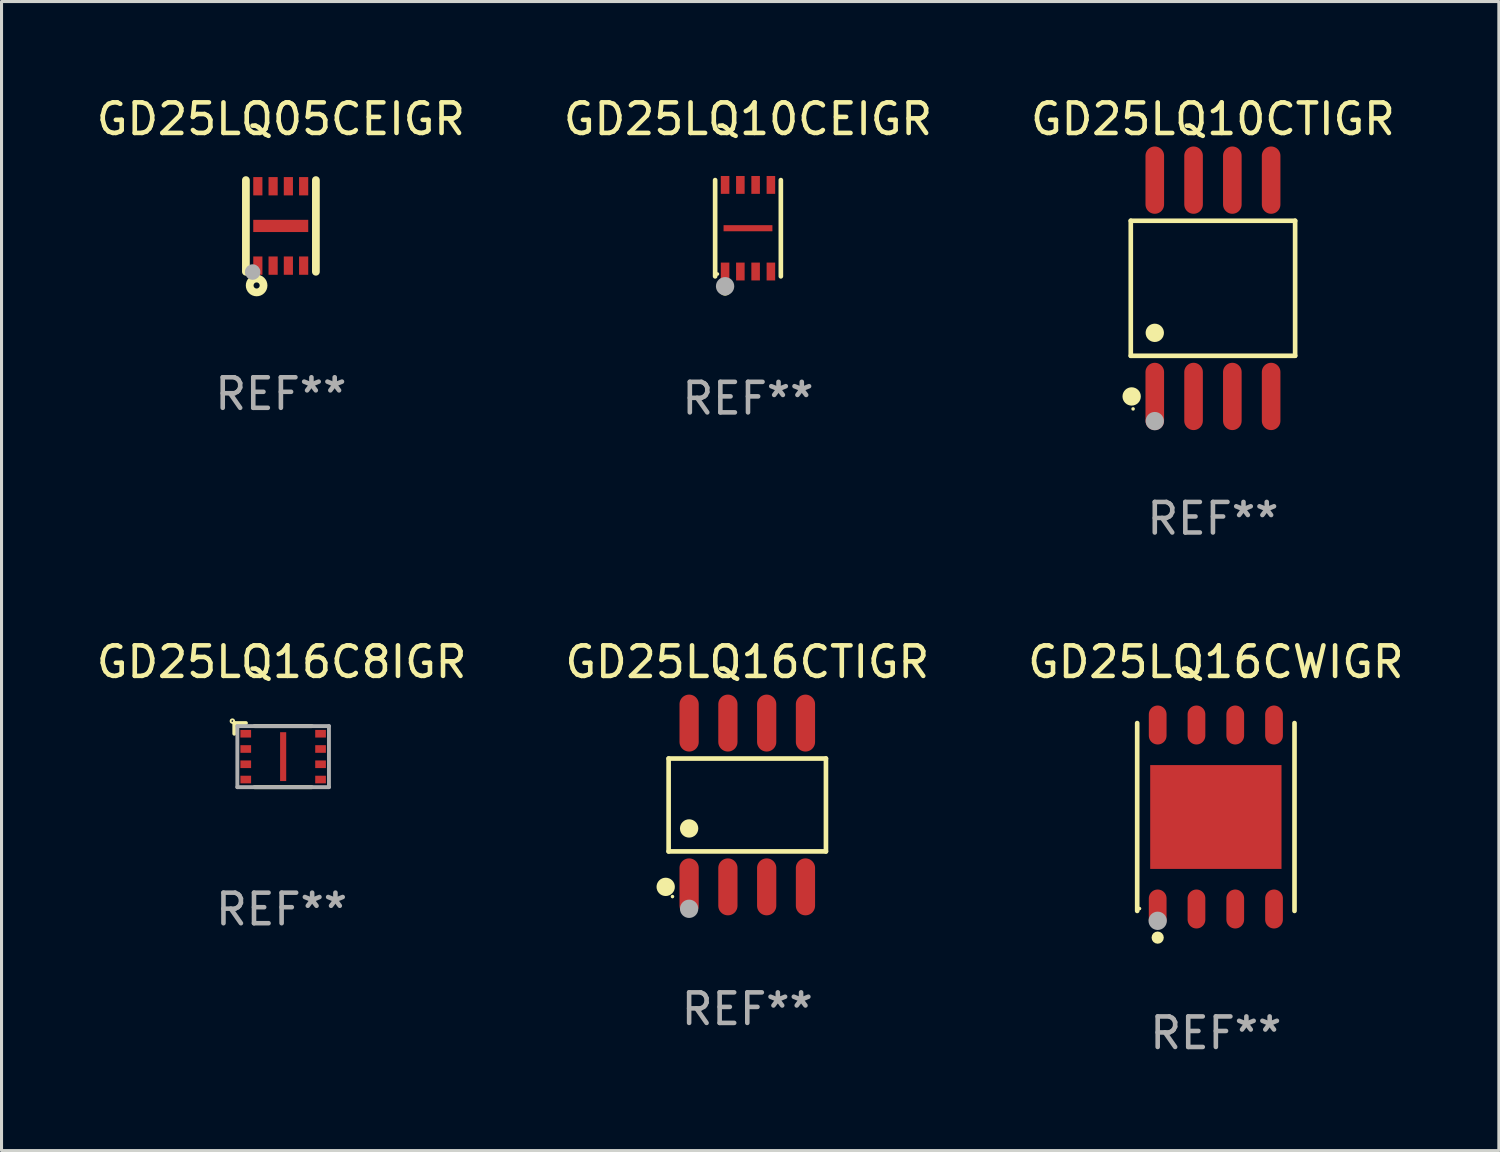
<source format=kicad_pcb>
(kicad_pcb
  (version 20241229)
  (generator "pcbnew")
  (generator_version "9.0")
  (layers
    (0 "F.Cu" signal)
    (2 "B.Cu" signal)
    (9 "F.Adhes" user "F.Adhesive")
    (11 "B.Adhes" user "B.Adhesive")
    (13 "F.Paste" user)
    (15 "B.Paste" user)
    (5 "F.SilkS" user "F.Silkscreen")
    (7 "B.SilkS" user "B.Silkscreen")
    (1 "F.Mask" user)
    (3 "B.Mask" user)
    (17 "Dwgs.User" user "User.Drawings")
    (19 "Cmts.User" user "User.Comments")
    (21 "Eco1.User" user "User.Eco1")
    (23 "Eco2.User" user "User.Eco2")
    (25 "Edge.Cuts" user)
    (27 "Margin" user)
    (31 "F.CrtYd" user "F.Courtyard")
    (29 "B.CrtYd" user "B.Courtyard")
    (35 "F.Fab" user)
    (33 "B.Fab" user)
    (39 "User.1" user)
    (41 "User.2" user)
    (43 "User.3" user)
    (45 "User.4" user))
  (footprint "GD25LQ16C8IGR"
    (layer "F.Cu")
    (at 6.173 21.679)
    (property "Reference" "GD25LQ16C8IGR" (at 0 -3.05 0) (layer "F.SilkS") (effects (font (size 1 1) (thickness 0.15))))
    (attr through_hole)
    (fp_line (start -1.55 -1.05) (end -1.169 -1.05) (stroke (width 0.127) (type solid)) (layer "F.SilkS"))
    (fp_line (start -1.55 -0.7) (end -1.55 -1.05) (stroke (width 0.127) (type solid)) (layer "F.SilkS"))
    (fp_line (start -0.89 1.05) (end 0.99 1.05) (stroke (width 0.127) (type solid)) (layer "F.SilkS"))
    (fp_line (start 0.99 -0.95) (end -0.89 -0.95) (stroke (width 0.127) (type solid)) (layer "F.SilkS"))
    (fp_circle (center -1.613 -1.114) (end -1.584 -1.114) (stroke (width 0.06) (type solid)) (fill no) (layer "F.SilkS"))
    (fp_line (start -1.45 -0.95) (end 1.55 -0.95) (stroke (width 0.127) (type solid)) (layer "F.Fab"))
    (fp_line (start -1.45 1.05) (end -1.45 -0.95) (stroke (width 0.127) (type solid)) (layer "F.Fab"))
    (fp_line (start 1.55 -0.95) (end 1.55 1.05) (stroke (width 0.127) (type solid)) (layer "F.Fab"))
    (fp_line (start 1.55 1.05) (end -1.45 1.05) (stroke (width 0.127) (type solid)) (layer "F.Fab"))
    (fp_text user "REF**" (at 0 5.05 0) (layer "F.Fab") (effects (font (size 1 1) (thickness 0.15))))
    (pad "1" smd rect (at -1.175 -0.7 90) (size 0.25 0.35) (layers "F.Cu" "F.Mask" "F.Paste"))
    (pad "2" smd rect (at -1.175 -0.2 90) (size 0.25 0.35) (layers "F.Cu" "F.Mask" "F.Paste"))
    (pad "3" smd rect (at -1.175 0.3 90) (size 0.25 0.35) (layers "F.Cu" "F.Mask" "F.Paste"))
    (pad "4" smd rect (at -1.175 0.8 90) (size 0.25 0.35) (layers "F.Cu" "F.Mask" "F.Paste"))
    (pad "5" smd rect (at 1.275 0.8 90) (size 0.25 0.35) (layers "F.Cu" "F.Mask" "F.Paste"))
    (pad "6" smd rect (at 1.275 0.3 90) (size 0.25 0.35) (layers "F.Cu" "F.Mask" "F.Paste"))
    (pad "7" smd rect (at 1.275 -0.2 90) (size 0.25 0.35) (layers "F.Cu" "F.Mask" "F.Paste"))
    (pad "8" smd rect (at 1.275 -0.7 90) (size 0.25 0.35) (layers "F.Cu" "F.Mask" "F.Paste"))
    (pad "9" smd rect (at 0.05 0.05 90) (size 1.6 0.2) (layers "F.Cu" "F.Mask" "F.Paste")))
  (footprint "GD25LQ10CEIGR"
    (layer "F.Cu")
    (at 21.446 4.424)
    (property "Reference" "GD25LQ10CEIGR" (at 0 -3.576 0) (layer "F.SilkS") (effects (font (size 1 1) (thickness 0.15))))
    (attr through_hole)
    (fp_line (start -1.076 1.576) (end -1.076 -1.576) (stroke (width 0.152) (type solid)) (layer "F.SilkS"))
    (fp_line (start 1.076 -1.576) (end 1.076 1.576) (stroke (width 0.152) (type solid)) (layer "F.SilkS"))
    (fp_circle (center -1 1.5) (end -0.97 1.5) (stroke (width 0.06) (type solid)) (fill no) (layer "F.SilkS"))
    (fp_circle (center -0.75 2.01) (end -0.65 2.01) (stroke (width 0.2) (type solid)) (fill no) (layer "F.SilkS"))
    (fp_circle (center -0.75 1.9) (end -0.6 1.9) (stroke (width 0.3) (type solid)) (fill no) (layer "F.Fab"))
    (fp_text user "REF**" (at 0 5.576 0) (layer "F.Fab") (effects (font (size 1 1) (thickness 0.15))))
    (pad "1" smd rect (at -0.75 1.418) (size 0.28 0.585) (layers "F.Cu" "F.Mask" "F.Paste"))
    (pad "2" smd rect (at -0.25 1.418) (size 0.28 0.585) (layers "F.Cu" "F.Mask" "F.Paste"))
    (pad "3" smd rect (at 0.25 1.418) (size 0.28 0.585) (layers "F.Cu" "F.Mask" "F.Paste"))
    (pad "4" smd rect (at 0.75 1.418) (size 0.28 0.585) (layers "F.Cu" "F.Mask" "F.Paste"))
    (pad "5" smd rect (at 0.75 -1.418) (size 0.28 0.585) (layers "F.Cu" "F.Mask" "F.Paste"))
    (pad "6" smd rect (at 0.25 -1.418) (size 0.28 0.585) (layers "F.Cu" "F.Mask" "F.Paste"))
    (pad "7" smd rect (at -0.25 -1.418) (size 0.28 0.585) (layers "F.Cu" "F.Mask" "F.Paste"))
    (pad "8" smd rect (at -0.75 -1.418) (size 0.28 0.585) (layers "F.Cu" "F.Mask" "F.Paste"))
    (pad "9" smd rect (at 0 0) (size 1.6 0.2) (layers "F.Cu" "F.Mask" "F.Paste")))
  (footprint "GD25LQ16CWIGR"
    (layer "F.Cu")
    (at 36.768 23.706)
    (property "Reference" "GD25LQ16CWIGR" (at 0 -5.076 0) (layer "F.SilkS") (effects (font (size 1 1) (thickness 0.15))))
    (attr through_hole)
    (fp_line (start -2.576 3.076) (end -2.576 -3.076) (stroke (width 0.152) (type solid)) (layer "F.SilkS"))
    (fp_line (start 2.576 -3.076) (end 2.576 3.076) (stroke (width 0.152) (type solid)) (layer "F.SilkS"))
    (fp_circle (center -2.5 3) (end -2.47 3) (stroke (width 0.06) (type solid)) (fill no) (layer "F.SilkS"))
    (fp_circle (center -1.905 3.95) (end -1.805 3.95) (stroke (width 0.2) (type solid)) (fill no) (layer "F.SilkS"))
    (fp_circle (center -1.905 3.4) (end -1.755 3.4) (stroke (width 0.3) (type solid)) (fill no) (layer "F.Fab"))
    (fp_text user "REF**" (at 0 7.076 0) (layer "F.Fab") (effects (font (size 1 1) (thickness 0.15))))
    (pad "1" smd oval (at -1.905 3.013) (size 0.581 1.276) (layers "F.Cu" "F.Mask" "F.Paste"))
    (pad "2" smd oval (at -0.635 3.013) (size 0.581 1.276) (layers "F.Cu" "F.Mask" "F.Paste"))
    (pad "3" smd oval (at 0.635 3.013) (size 0.581 1.276) (layers "F.Cu" "F.Mask" "F.Paste"))
    (pad "4" smd oval (at 1.905 3.013) (size 0.581 1.276) (layers "F.Cu" "F.Mask" "F.Paste"))
    (pad "5" smd oval (at 1.905 -3.013) (size 0.581 1.276) (layers "F.Cu" "F.Mask" "F.Paste"))
    (pad "6" smd oval (at 0.635 -3.013) (size 0.581 1.276) (layers "F.Cu" "F.Mask" "F.Paste"))
    (pad "7" smd oval (at -0.635 -3.013) (size 0.581 1.276) (layers "F.Cu" "F.Mask" "F.Paste"))
    (pad "8" smd oval (at -1.905 -3.013) (size 0.581 1.276) (layers "F.Cu" "F.Mask" "F.Paste"))
    (pad "9" smd rect (at 0 0) (size 4.3 3.4) (layers "F.Cu" "F.Mask" "F.Paste")))
  (footprint "GD25LQ10CTIGR"
    (layer "F.Cu")
    (at 36.673 6.391)
    (property "Reference" "GD25LQ10CTIGR" (at 0 -5.542 0) (layer "F.SilkS") (effects (font (size 1 1) (thickness 0.15))))
    (attr through_hole)
    (fp_line (start -2.691 -2.211) (end 2.691 -2.211) (stroke (width 0.152) (type solid)) (layer "F.SilkS"))
    (fp_line (start -2.691 2.211) (end -2.691 -2.211) (stroke (width 0.152) (type solid)) (layer "F.SilkS"))
    (fp_line (start 2.691 -2.211) (end 2.691 2.211) (stroke (width 0.152) (type solid)) (layer "F.SilkS"))
    (fp_line (start 2.691 2.211) (end -2.691 2.211) (stroke (width 0.152) (type solid)) (layer "F.SilkS"))
    (fp_circle (center -2.662 3.542) (end -2.512 3.542) (stroke (width 0.3) (type solid)) (fill no) (layer "F.SilkS"))
    (fp_circle (center -2.615 3.95) (end -2.585 3.95) (stroke (width 0.06) (type solid)) (fill no) (layer "F.SilkS"))
    (fp_circle (center -1.905 1.459) (end -1.755 1.459) (stroke (width 0.3) (type solid)) (fill no) (layer "F.SilkS"))
    (fp_circle (center -1.905 4.35) (end -1.755 4.35) (stroke (width 0.3) (type solid)) (fill no) (layer "F.Fab"))
    (fp_text user "REF**" (at 0 7.542 0) (layer "F.Fab") (effects (font (size 1 1) (thickness 0.15))))
    (pad "1" smd oval (at -1.905 3.542) (size 0.609 2.204) (layers "F.Cu" "F.Mask" "F.Paste"))
    (pad "2" smd oval (at -0.635 3.542) (size 0.609 2.204) (layers "F.Cu" "F.Mask" "F.Paste"))
    (pad "3" smd oval (at 0.635 3.542) (size 0.609 2.204) (layers "F.Cu" "F.Mask" "F.Paste"))
    (pad "4" smd oval (at 1.905 3.542) (size 0.609 2.204) (layers "F.Cu" "F.Mask" "F.Paste"))
    (pad "5" smd oval (at 1.905 -3.542) (size 0.609 2.204) (layers "F.Cu" "F.Mask" "F.Paste"))
    (pad "6" smd oval (at 0.635 -3.542) (size 0.609 2.204) (layers "F.Cu" "F.Mask" "F.Paste"))
    (pad "7" smd oval (at -0.635 -3.542) (size 0.609 2.204) (layers "F.Cu" "F.Mask" "F.Paste"))
    (pad "8" smd oval (at -1.905 -3.542) (size 0.609 2.204) (layers "F.Cu" "F.Mask" "F.Paste")))
  (footprint "GD25LQ16CTIGR"
    (layer "F.Cu")
    (at 21.423 23.312)
    (property "Reference" "GD25LQ16CTIGR" (at 0 -4.682 0) (layer "F.SilkS") (effects (font (size 1 1) (thickness 0.15))))
    (attr through_hole)
    (fp_line (start -2.576 -1.521) (end 2.576 -1.521) (stroke (width 0.152) (type solid)) (layer "F.SilkS"))
    (fp_line (start -2.576 1.521) (end -2.576 -1.521) (stroke (width 0.152) (type solid)) (layer "F.SilkS"))
    (fp_line (start 2.576 -1.521) (end 2.576 1.521) (stroke (width 0.152) (type solid)) (layer "F.SilkS"))
    (fp_line (start 2.576 1.521) (end -2.576 1.521) (stroke (width 0.152) (type solid)) (layer "F.SilkS"))
    (fp_circle (center -2.672 2.682) (end -2.522 2.682) (stroke (width 0.3) (type solid)) (fill no) (layer "F.SilkS"))
    (fp_circle (center -2.45 3) (end -2.42 3) (stroke (width 0.06) (type solid)) (fill no) (layer "F.SilkS"))
    (fp_circle (center -1.905 0.769) (end -1.755 0.769) (stroke (width 0.3) (type solid)) (fill no) (layer "F.SilkS"))
    (fp_circle (center -1.905 3.4) (end -1.755 3.4) (stroke (width 0.3) (type solid)) (fill no) (layer "F.Fab"))
    (fp_text user "REF**" (at 0 6.682 0) (layer "F.Fab") (effects (font (size 1 1) (thickness 0.15))))
    (pad "1" smd oval (at -1.905 2.682) (size 0.63 1.865) (layers "F.Cu" "F.Mask" "F.Paste"))
    (pad "2" smd oval (at -0.635 2.682) (size 0.63 1.865) (layers "F.Cu" "F.Mask" "F.Paste"))
    (pad "3" smd oval (at 0.635 2.682) (size 0.63 1.865) (layers "F.Cu" "F.Mask" "F.Paste"))
    (pad "4" smd oval (at 1.905 2.682) (size 0.63 1.865) (layers "F.Cu" "F.Mask" "F.Paste"))
    (pad "5" smd oval (at 1.905 -2.682) (size 0.63 1.865) (layers "F.Cu" "F.Mask" "F.Paste"))
    (pad "6" smd oval (at 0.635 -2.682) (size 0.63 1.865) (layers "F.Cu" "F.Mask" "F.Paste"))
    (pad "7" smd oval (at -0.635 -2.682) (size 0.63 1.865) (layers "F.Cu" "F.Mask" "F.Paste"))
    (pad "8" smd oval (at -1.905 -2.682) (size 0.63 1.865) (layers "F.Cu" "F.Mask" "F.Paste")))
  (footprint "GD25LQ05CEIGR"
    (layer "F.Cu")
    (at 6.149 4.349)
    (property "Reference" "GD25LQ05CEIGR" (at 0 -3.501 0) (layer "F.SilkS") (effects (font (size 1 1) (thickness 0.15))))
    (attr through_hole)
    (fp_line (start -1.146 -1.501) (end -1.146 1.501) (stroke (width 0.254) (type solid)) (layer "F.SilkS"))
    (fp_line (start 1.146 -1.501) (end 1.146 1.501) (stroke (width 0.254) (type solid)) (layer "F.SilkS"))
    (fp_circle (center -1.005 1.5) (end -0.975 1.5) (stroke (width 0.06) (type solid)) (fill no) (layer "F.SilkS"))
    (fp_circle (center -0.795 1.95) (end -0.695 1.95) (stroke (width 0.254) (type solid)) (fill no) (layer "F.SilkS"))
    (fp_circle (center -0.925 1.51) (end -0.798 1.51) (stroke (width 0.254) (type solid)) (fill no) (layer "F.Fab"))
    (fp_text user "REF**" (at 0 5.501 0) (layer "F.Fab") (effects (font (size 1 1) (thickness 0.15))))
    (pad "1" smd rect (at -0.755 1.3) (size 0.3 0.6) (layers "F.Cu" "F.Mask" "F.Paste"))
    (pad "2" smd rect (at -0.255 1.3) (size 0.3 0.6) (layers "F.Cu" "F.Mask" "F.Paste"))
    (pad "3" smd rect (at 0.245 1.3) (size 0.3 0.6) (layers "F.Cu" "F.Mask" "F.Paste"))
    (pad "4" smd rect (at 0.745 1.3) (size 0.3 0.6) (layers "F.Cu" "F.Mask" "F.Paste"))
    (pad "5" smd rect (at 0.745 -1.3) (size 0.3 0.6) (layers "F.Cu" "F.Mask" "F.Paste"))
    (pad "6" smd rect (at 0.245 -1.3) (size 0.3 0.6) (layers "F.Cu" "F.Mask" "F.Paste"))
    (pad "7" smd rect (at -0.255 -1.3) (size 0.3 0.6) (layers "F.Cu" "F.Mask" "F.Paste"))
    (pad "8" smd rect (at -0.755 -1.3) (size 0.3 0.6) (layers "F.Cu" "F.Mask" "F.Paste"))
    (pad "9" smd rect (at -0.005 0 90) (size 0.4 1.8) (layers "F.Cu" "F.Mask" "F.Paste")))
  (gr_rect
    (start -3 -3)
    (end 46.036 34.63)
    (stroke (width 0.1) (type default))
    (fill no)
    (layer "Edge.Cuts")))
</source>
